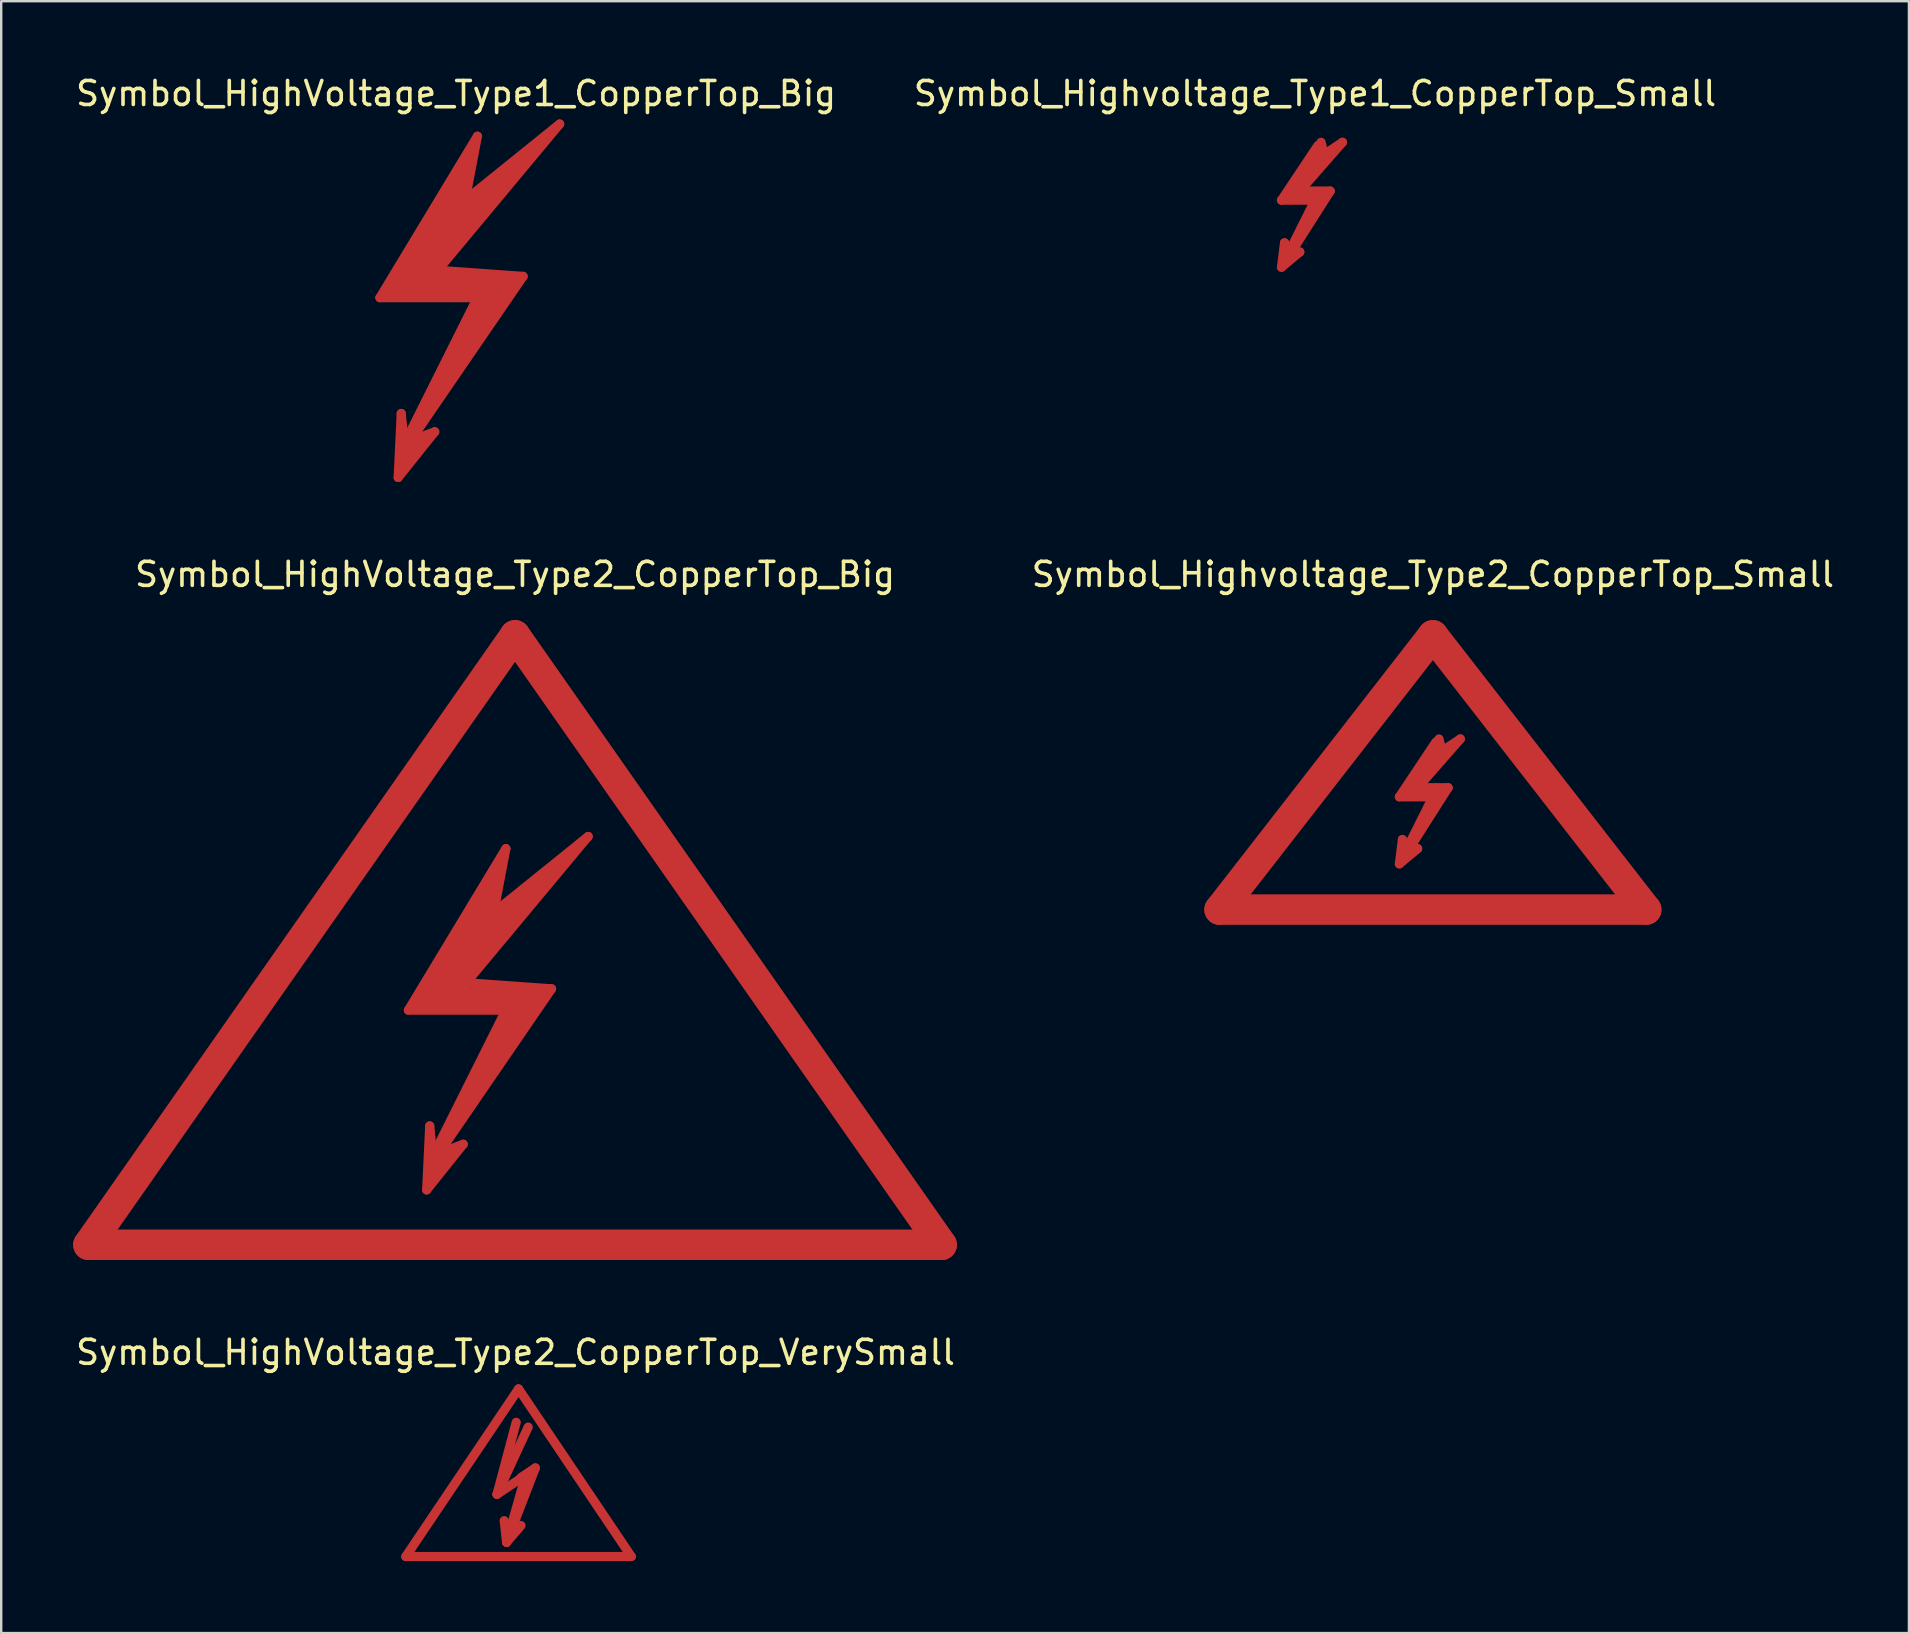
<source format=kicad_pcb>
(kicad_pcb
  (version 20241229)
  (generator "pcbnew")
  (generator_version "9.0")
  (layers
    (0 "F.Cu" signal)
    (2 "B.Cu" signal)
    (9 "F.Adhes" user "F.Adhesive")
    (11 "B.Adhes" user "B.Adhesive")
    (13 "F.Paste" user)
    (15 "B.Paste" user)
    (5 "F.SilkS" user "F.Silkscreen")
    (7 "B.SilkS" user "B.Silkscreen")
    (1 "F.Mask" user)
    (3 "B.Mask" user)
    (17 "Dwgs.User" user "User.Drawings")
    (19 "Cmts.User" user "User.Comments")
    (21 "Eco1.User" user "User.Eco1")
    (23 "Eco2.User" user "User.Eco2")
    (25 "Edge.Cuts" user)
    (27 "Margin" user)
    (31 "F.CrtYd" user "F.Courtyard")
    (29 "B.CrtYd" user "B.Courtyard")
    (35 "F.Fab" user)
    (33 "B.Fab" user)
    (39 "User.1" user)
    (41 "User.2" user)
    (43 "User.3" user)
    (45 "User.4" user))
  (footprint "Symbol_Highvoltage_Type2_CopperTop_Small"
    (layer "F.Cu")
    (at 56.669 31.049)
    (property "Reference" "Symbol_Highvoltage_Type2_CopperTop_Small" (at 0 -10.16 0) (layer "F.SilkS") (effects (font (size 1 1) (thickness 0.15))))
    (attr through_hole)
    (fp_line (start -8.89 3.81) (end 0 -7.62) (stroke (width 1.27) (type solid)) (layer "F.Cu"))
    (fp_line (start -1.397 -0.889) (end 0 -0.889) (stroke (width 0.381) (type solid)) (layer "F.Cu"))
    (fp_line (start -1.397 1.905) (end -0.635 1.27) (stroke (width 0.381) (type solid)) (layer "F.Cu"))
    (fp_line (start -1.27 0.889) (end -1.397 1.905) (stroke (width 0.381) (type solid)) (layer "F.Cu"))
    (fp_line (start -1.143 1.397) (end -1.27 0.889) (stroke (width 0.381) (type solid)) (layer "F.Cu"))
    (fp_line (start -1.143 1.524) (end 0.635 -1.27) (stroke (width 0.381) (type solid)) (layer "F.Cu"))
    (fp_line (start -1.016 -1.016) (end 0.254 -1.016) (stroke (width 0.381) (type solid)) (layer "F.Cu"))
    (fp_line (start -0.635 -1.27) (end 1.143 -3.302) (stroke (width 0.381) (type solid)) (layer "F.Cu"))
    (fp_line (start -0.635 1.27) (end -1.143 1.524) (stroke (width 0.381) (type solid)) (layer "F.Cu"))
    (fp_line (start 0 -7.62) (end 8.89 3.81) (stroke (width 1.27) (type solid)) (layer "F.Cu"))
    (fp_line (start 0 -0.889) (end -1.143 1.397) (stroke (width 0.381) (type solid)) (layer "F.Cu"))
    (fp_line (start 0.127 -3.175) (end -1.397 -0.889) (stroke (width 0.381) (type solid)) (layer "F.Cu"))
    (fp_line (start 0.381 -2.921) (end -1.016 -1.016) (stroke (width 0.381) (type solid)) (layer "F.Cu"))
    (fp_line (start 0.381 -2.794) (end 0.254 -3.302) (stroke (width 0.381) (type solid)) (layer "F.Cu"))
    (fp_line (start 0.635 -1.27) (end -0.635 -1.27) (stroke (width 0.381) (type solid)) (layer "F.Cu"))
    (fp_line (start 1.143 -3.302) (end 0.381 -2.794) (stroke (width 0.381) (type solid)) (layer "F.Cu"))
    (fp_line (start 8.89 3.81) (end -8.89 3.81) (stroke (width 1.27) (type solid)) (layer "F.Cu")))
  (footprint "Symbol_HighVoltage_Type2_CopperTop_VerySmall"
    (layer "F.Cu")
    (at 18.562 59.027)
    (property "Reference" "Symbol_HighVoltage_Type2_CopperTop_VerySmall" (at -0.127 -5.715 0) (layer "F.SilkS") (effects (font (size 1 1) (thickness 0.15))))
    (attr through_hole)
    (fp_line (start -4.699 2.794) (end 0 -4.191) (stroke (width 0.381) (type solid)) (layer "F.Cu"))
    (fp_line (start -0.899 0.201) (end 0.3 -0.599) (stroke (width 0.381) (type solid)) (layer "F.Cu"))
    (fp_line (start -0.899 0.201) (end 0.401 -2.601) (stroke (width 0.381) (type solid)) (layer "F.Cu"))
    (fp_line (start -0.498 2.2) (end -0.599 1.3) (stroke (width 0.381) (type solid)) (layer "F.Cu"))
    (fp_line (start -0.498 2.2) (end 0.102 1.501) (stroke (width 0.381) (type solid)) (layer "F.Cu"))
    (fp_line (start -0.498 2.2) (end 0.701 -0.899) (stroke (width 0.381) (type solid)) (layer "F.Cu"))
    (fp_line (start -0.099 -2.799) (end -0.899 0.201) (stroke (width 0.381) (type solid)) (layer "F.Cu"))
    (fp_line (start 0 -4.191) (end 4.699 2.794) (stroke (width 0.381) (type solid)) (layer "F.Cu"))
    (fp_line (start 0.3 -0.599) (end -0.498 2.2) (stroke (width 0.381) (type solid)) (layer "F.Cu"))
    (fp_line (start 0.701 -0.899) (end 0.102 -0.5) (stroke (width 0.381) (type solid)) (layer "F.Cu"))
    (fp_line (start 4.699 2.794) (end -4.699 2.794) (stroke (width 0.381) (type solid)) (layer "F.Cu")))
  (footprint "Symbol_Highvoltage_Type1_CopperTop_Small"
    (layer "F.Cu")
    (at 50.74 6.055)
    (property "Reference" "Symbol_Highvoltage_Type1_CopperTop_Small" (at 1.016 -5.207 0) (layer "F.SilkS") (effects (font (size 1 1) (thickness 0.15))))
    (attr through_hole)
    (fp_line (start -0.381 -0.762) (end 1.016 -0.762) (stroke (width 0.381) (type solid)) (layer "F.Cu"))
    (fp_line (start -0.381 2.032) (end 0.381 1.397) (stroke (width 0.381) (type solid)) (layer "F.Cu"))
    (fp_line (start -0.254 1.016) (end -0.381 2.032) (stroke (width 0.381) (type solid)) (layer "F.Cu"))
    (fp_line (start -0.127 1.524) (end -0.254 1.016) (stroke (width 0.381) (type solid)) (layer "F.Cu"))
    (fp_line (start -0.127 1.651) (end 1.651 -1.143) (stroke (width 0.381) (type solid)) (layer "F.Cu"))
    (fp_line (start 0 -0.889) (end 1.27 -0.889) (stroke (width 0.381) (type solid)) (layer "F.Cu"))
    (fp_line (start 0.381 -1.143) (end 2.159 -3.175) (stroke (width 0.381) (type solid)) (layer "F.Cu"))
    (fp_line (start 0.381 1.397) (end -0.127 1.651) (stroke (width 0.381) (type solid)) (layer "F.Cu"))
    (fp_line (start 1.016 -0.762) (end -0.127 1.524) (stroke (width 0.381) (type solid)) (layer "F.Cu"))
    (fp_line (start 1.143 -3.048) (end -0.381 -0.762) (stroke (width 0.381) (type solid)) (layer "F.Cu"))
    (fp_line (start 1.397 -2.794) (end 0 -0.889) (stroke (width 0.381) (type solid)) (layer "F.Cu"))
    (fp_line (start 1.397 -2.667) (end 1.27 -3.175) (stroke (width 0.381) (type solid)) (layer "F.Cu"))
    (fp_line (start 1.651 -1.143) (end 0.381 -1.143) (stroke (width 0.381) (type solid)) (layer "F.Cu"))
    (fp_line (start 2.159 -3.175) (end 1.397 -2.667) (stroke (width 0.381) (type solid)) (layer "F.Cu")))
  (footprint "Symbol_HighVoltage_Type1_CopperTop_Big"
    (layer "F.Cu")
    (at 15.958 8.976)
    (property "Reference" "Symbol_HighVoltage_Type1_CopperTop_Big" (at 0 -8.128 0) (layer "F.SilkS") (effects (font (size 1 1) (thickness 0.15))))
    (attr through_hole)
    (fp_line (start -3.175 0.381) (end 0.889 0.381) (stroke (width 0.381) (type solid)) (layer "F.Cu"))
    (fp_line (start -2.794 0.254) (end 0.381 -4.318) (stroke (width 0.381) (type solid)) (layer "F.Cu"))
    (fp_line (start -2.413 0.127) (end 0.254 -3.556) (stroke (width 0.381) (type solid)) (layer "F.Cu"))
    (fp_line (start -2.413 7.874) (end -0.889 5.969) (stroke (width 0.381) (type solid)) (layer "F.Cu"))
    (fp_line (start -2.286 5.207) (end -2.413 7.874) (stroke (width 0.381) (type solid)) (layer "F.Cu"))
    (fp_line (start -2.286 7.239) (end -1.905 6.35) (stroke (width 0.381) (type solid)) (layer "F.Cu"))
    (fp_line (start -2.159 6.477) (end -2.286 5.207) (stroke (width 0.381) (type solid)) (layer "F.Cu"))
    (fp_line (start -2.032 0.127) (end 2.667 -5.207) (stroke (width 0.381) (type solid)) (layer "F.Cu"))
    (fp_line (start -1.905 6.096) (end -1.778 6.223) (stroke (width 0.381) (type solid)) (layer "F.Cu"))
    (fp_line (start -1.905 6.35) (end -1.778 5.969) (stroke (width 0.381) (type solid)) (layer "F.Cu"))
    (fp_line (start -1.905 6.35) (end 2.794 -0.508) (stroke (width 0.381) (type solid)) (layer "F.Cu"))
    (fp_line (start -1.778 5.969) (end -1.905 6.096) (stroke (width 0.381) (type solid)) (layer "F.Cu"))
    (fp_line (start -1.651 0.254) (end 2.032 0.127) (stroke (width 0.381) (type solid)) (layer "F.Cu"))
    (fp_line (start -1.524 6.477) (end -2.286 7.239) (stroke (width 0.381) (type solid)) (layer "F.Cu"))
    (fp_line (start -1.397 5.461) (end 1.397 0.127) (stroke (width 0.381) (type solid)) (layer "F.Cu"))
    (fp_line (start -1.143 0) (end 1.905 -0.127) (stroke (width 0.381) (type solid)) (layer "F.Cu"))
    (fp_line (start -1.016 -1.524) (end 1.524 -4.445) (stroke (width 0.381) (type solid)) (layer "F.Cu"))
    (fp_line (start -1.016 -1.016) (end -0.762 -0.381) (stroke (width 0.381) (type solid)) (layer "F.Cu"))
    (fp_line (start -1.016 -0.381) (end -1.143 0) (stroke (width 0.381) (type solid)) (layer "F.Cu"))
    (fp_line (start -0.889 5.969) (end -1.905 6.35) (stroke (width 0.381) (type solid)) (layer "F.Cu"))
    (fp_line (start -0.762 -0.762) (end 4.318 -6.858) (stroke (width 0.381) (type solid)) (layer "F.Cu"))
    (fp_line (start 0.254 -3.556) (end -2.032 0.127) (stroke (width 0.381) (type solid)) (layer "F.Cu"))
    (fp_line (start 0.381 -4.318) (end -2.413 0.127) (stroke (width 0.381) (type solid)) (layer "F.Cu"))
    (fp_line (start 0.381 -3.683) (end 0.889 -6.35) (stroke (width 0.381) (type solid)) (layer "F.Cu"))
    (fp_line (start 0.508 -5.588) (end 0.381 -4.953) (stroke (width 0.381) (type solid)) (layer "F.Cu"))
    (fp_line (start 0.508 -5.08) (end -2.794 0.254) (stroke (width 0.381) (type solid)) (layer "F.Cu"))
    (fp_line (start 0.889 -6.35) (end -3.175 0.381) (stroke (width 0.381) (type solid)) (layer "F.Cu"))
    (fp_line (start 0.889 0.381) (end -2.159 6.477) (stroke (width 0.381) (type solid)) (layer "F.Cu"))
    (fp_line (start 1.397 0.127) (end 2.032 0.127) (stroke (width 0.381) (type solid)) (layer "F.Cu"))
    (fp_line (start 1.524 -4.445) (end -1.651 0.254) (stroke (width 0.381) (type solid)) (layer "F.Cu"))
    (fp_line (start 1.905 -0.127) (end -1.397 5.461) (stroke (width 0.381) (type solid)) (layer "F.Cu"))
    (fp_line (start 2.032 0.127) (end 0.762 2.159) (stroke (width 0.381) (type solid)) (layer "F.Cu"))
    (fp_line (start 2.032 0.127) (end 2.413 -0.381) (stroke (width 0.381) (type solid)) (layer "F.Cu"))
    (fp_line (start 2.413 -0.381) (end -1.016 -0.381) (stroke (width 0.381) (type solid)) (layer "F.Cu"))
    (fp_line (start 2.667 -5.207) (end -1.016 -1.524) (stroke (width 0.381) (type solid)) (layer "F.Cu"))
    (fp_line (start 2.794 -0.508) (end -0.762 -0.762) (stroke (width 0.381) (type solid)) (layer "F.Cu"))
    (fp_line (start 3.048 -5.461) (end 0.127 -3.175) (stroke (width 0.381) (type solid)) (layer "F.Cu"))
    (fp_line (start 4.318 -6.858) (end 0.381 -3.683) (stroke (width 0.381) (type solid)) (layer "F.Cu")))
  (footprint "Symbol_HighVoltage_Type2_CopperTop_Big"
    (layer "F.Cu")
    (at 18.415 38.669)
    (property "Reference" "Symbol_HighVoltage_Type2_CopperTop_Big" (at 0 -17.78 0) (layer "F.SilkS") (effects (font (size 1 1) (thickness 0.15))))
    (attr through_hole)
    (fp_line (start -17.78 10.16) (end 0 -15.24) (stroke (width 1.27) (type solid)) (layer "F.Cu"))
    (fp_line (start -4.445 0.381) (end -0.381 0.381) (stroke (width 0.381) (type solid)) (layer "F.Cu"))
    (fp_line (start -4.064 0.254) (end -0.889 -4.318) (stroke (width 0.381) (type solid)) (layer "F.Cu"))
    (fp_line (start -3.683 0.127) (end -1.016 -3.556) (stroke (width 0.381) (type solid)) (layer "F.Cu"))
    (fp_line (start -3.683 7.874) (end -2.159 5.969) (stroke (width 0.381) (type solid)) (layer "F.Cu"))
    (fp_line (start -3.556 5.207) (end -3.683 7.874) (stroke (width 0.381) (type solid)) (layer "F.Cu"))
    (fp_line (start -3.556 7.239) (end -3.175 6.35) (stroke (width 0.381) (type solid)) (layer "F.Cu"))
    (fp_line (start -3.429 6.477) (end -3.556 5.207) (stroke (width 0.381) (type solid)) (layer "F.Cu"))
    (fp_line (start -3.302 0.127) (end 1.397 -5.207) (stroke (width 0.381) (type solid)) (layer "F.Cu"))
    (fp_line (start -3.175 6.096) (end -3.048 6.223) (stroke (width 0.381) (type solid)) (layer "F.Cu"))
    (fp_line (start -3.175 6.35) (end -3.048 5.969) (stroke (width 0.381) (type solid)) (layer "F.Cu"))
    (fp_line (start -3.175 6.35) (end 1.524 -0.508) (stroke (width 0.381) (type solid)) (layer "F.Cu"))
    (fp_line (start -3.048 5.969) (end -3.175 6.096) (stroke (width 0.381) (type solid)) (layer "F.Cu"))
    (fp_line (start -2.921 0.254) (end 0.762 0.127) (stroke (width 0.381) (type solid)) (layer "F.Cu"))
    (fp_line (start -2.794 6.477) (end -3.556 7.239) (stroke (width 0.381) (type solid)) (layer "F.Cu"))
    (fp_line (start -2.667 5.461) (end 0.127 0.127) (stroke (width 0.381) (type solid)) (layer "F.Cu"))
    (fp_line (start -2.413 0) (end 0.635 -0.127) (stroke (width 0.381) (type solid)) (layer "F.Cu"))
    (fp_line (start -2.286 -1.524) (end 0.254 -4.445) (stroke (width 0.381) (type solid)) (layer "F.Cu"))
    (fp_line (start -2.286 -1.016) (end -2.032 -0.381) (stroke (width 0.381) (type solid)) (layer "F.Cu"))
    (fp_line (start -2.286 -0.381) (end -2.413 0) (stroke (width 0.381) (type solid)) (layer "F.Cu"))
    (fp_line (start -2.159 5.969) (end -3.175 6.35) (stroke (width 0.381) (type solid)) (layer "F.Cu"))
    (fp_line (start -2.032 -0.762) (end 3.048 -6.858) (stroke (width 0.381) (type solid)) (layer "F.Cu"))
    (fp_line (start -1.016 -3.556) (end -3.302 0.127) (stroke (width 0.381) (type solid)) (layer "F.Cu"))
    (fp_line (start -0.889 -4.318) (end -3.683 0.127) (stroke (width 0.381) (type solid)) (layer "F.Cu"))
    (fp_line (start -0.889 -3.683) (end -0.381 -6.35) (stroke (width 0.381) (type solid)) (layer "F.Cu"))
    (fp_line (start -0.762 -5.588) (end -0.889 -4.953) (stroke (width 0.381) (type solid)) (layer "F.Cu"))
    (fp_line (start -0.762 -5.08) (end -4.064 0.254) (stroke (width 0.381) (type solid)) (layer "F.Cu"))
    (fp_line (start -0.381 -6.35) (end -4.445 0.381) (stroke (width 0.381) (type solid)) (layer "F.Cu"))
    (fp_line (start -0.381 0.381) (end -3.429 6.477) (stroke (width 0.381) (type solid)) (layer "F.Cu"))
    (fp_line (start 0 -15.24) (end 17.78 10.16) (stroke (width 1.27) (type solid)) (layer "F.Cu"))
    (fp_line (start 0.127 0.127) (end 0.762 0.127) (stroke (width 0.381) (type solid)) (layer "F.Cu"))
    (fp_line (start 0.254 -4.445) (end -2.921 0.254) (stroke (width 0.381) (type solid)) (layer "F.Cu"))
    (fp_line (start 0.635 -0.127) (end -2.667 5.461) (stroke (width 0.381) (type solid)) (layer "F.Cu"))
    (fp_line (start 0.762 0.127) (end -0.508 2.159) (stroke (width 0.381) (type solid)) (layer "F.Cu"))
    (fp_line (start 0.762 0.127) (end 1.143 -0.381) (stroke (width 0.381) (type solid)) (layer "F.Cu"))
    (fp_line (start 1.143 -0.381) (end -2.286 -0.381) (stroke (width 0.381) (type solid)) (layer "F.Cu"))
    (fp_line (start 1.397 -5.207) (end -2.286 -1.524) (stroke (width 0.381) (type solid)) (layer "F.Cu"))
    (fp_line (start 1.524 -0.508) (end -2.032 -0.762) (stroke (width 0.381) (type solid)) (layer "F.Cu"))
    (fp_line (start 1.778 -5.461) (end -1.143 -3.175) (stroke (width 0.381) (type solid)) (layer "F.Cu"))
    (fp_line (start 3.048 -6.858) (end -0.889 -3.683) (stroke (width 0.381) (type solid)) (layer "F.Cu"))
    (fp_line (start 17.78 10.16) (end -17.78 10.16) (stroke (width 1.27) (type solid)) (layer "F.Cu")))
  (gr_rect
    (start -3 -3)
    (end 76.509 65.012)
    (stroke (width 0.1) (type default))
    (fill no)
    (layer "Edge.Cuts")))
</source>
